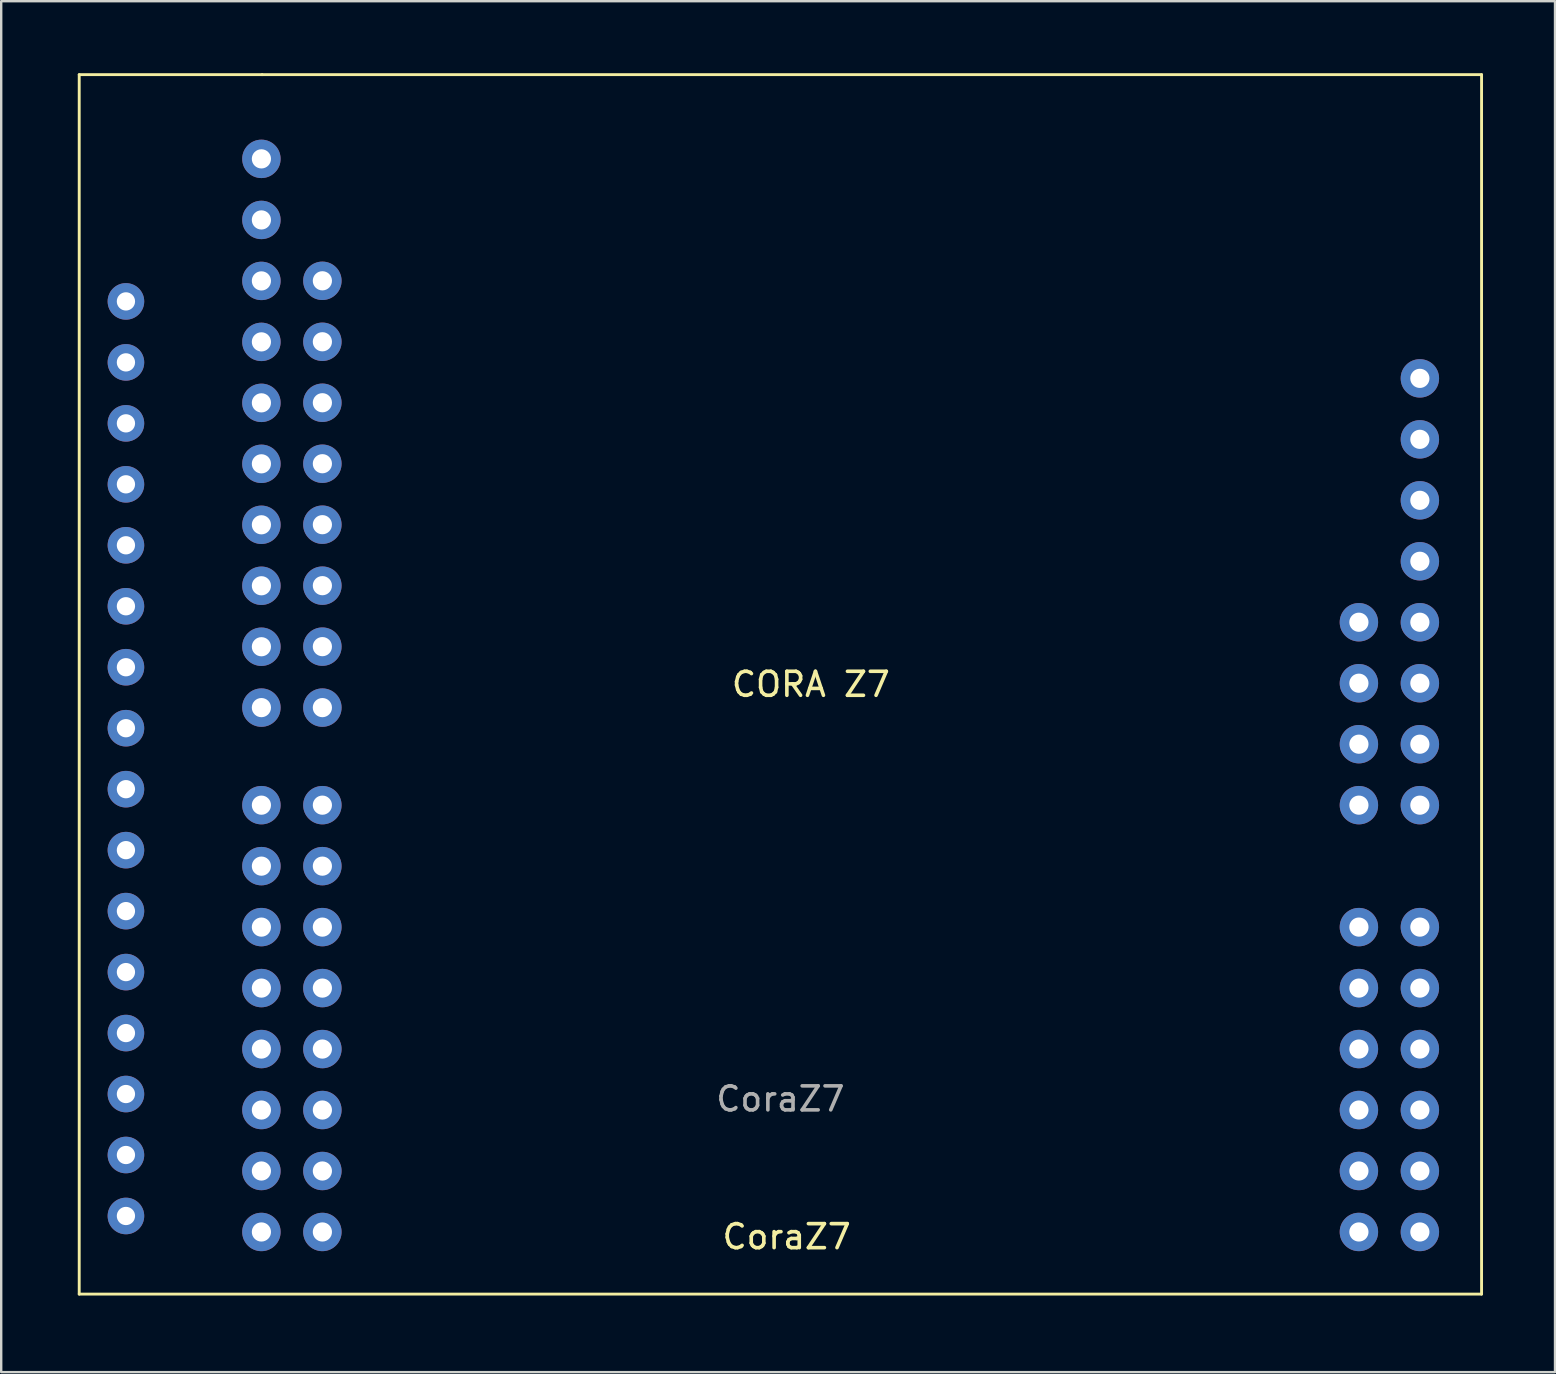
<source format=kicad_pcb>
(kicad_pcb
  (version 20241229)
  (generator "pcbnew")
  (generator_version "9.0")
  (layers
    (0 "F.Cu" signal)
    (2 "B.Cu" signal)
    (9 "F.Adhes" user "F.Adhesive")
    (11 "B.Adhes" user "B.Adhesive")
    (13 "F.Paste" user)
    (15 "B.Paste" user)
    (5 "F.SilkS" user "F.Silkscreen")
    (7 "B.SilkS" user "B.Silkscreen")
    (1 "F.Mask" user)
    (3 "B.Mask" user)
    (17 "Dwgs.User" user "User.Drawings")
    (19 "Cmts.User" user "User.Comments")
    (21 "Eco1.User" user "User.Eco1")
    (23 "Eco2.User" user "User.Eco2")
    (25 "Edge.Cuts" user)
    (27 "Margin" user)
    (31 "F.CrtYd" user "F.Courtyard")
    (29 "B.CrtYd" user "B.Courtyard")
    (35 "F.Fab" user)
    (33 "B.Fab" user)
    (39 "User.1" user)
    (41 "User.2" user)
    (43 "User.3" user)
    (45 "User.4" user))
  (footprint "CoraZ7"
    (layer "F.Cu")
    (at 0.25 50.86)
    (property "Reference" "CoraZ7" (at 29.472 -2.39 180) (layer "F.SilkS") (effects (font (size 1 1) (thickness 0.15))))
    (attr through_hole)
    (fp_line (start 0 -50.8) (end 0 0) (stroke (width 0.12) (type solid)) (layer "F.SilkS"))
    (fp_line (start 7.62 -50.8) (end 0 -50.8) (stroke (width 0.12) (type solid)) (layer "F.SilkS"))
    (fp_line (start 58.42 -50.8) (end 7.62 -50.8) (stroke (width 0.12) (type solid)) (layer "F.SilkS"))
    (fp_line (start 58.42 0) (end 0 0) (stroke (width 0.12) (type solid)) (layer "F.SilkS"))
    (fp_line (start 58.42 0) (end 58.42 -50.8) (stroke (width 0.12) (type solid)) (layer "F.SilkS"))
    (fp_text user "CORA Z7" (at 30.48 -25.4 0) (layer "F.SilkS") (effects (font (size 1 1) (thickness 0.15))))
    (fp_text user "${REFERENCE}" (at 29.212 -8.13 180) (layer "F.Fab") (effects (font (size 1 1) (thickness 0.15))))
    (pad "1" thru_hole oval (at 7.59 -2.588) (size 1.6 1.6) (drill 0.8) (layers "*.Cu" "*.Mask"))
    (pad "2" thru_hole oval (at 7.59 -5.128) (size 1.6 1.6) (drill 0.8) (layers "*.Cu" "*.Mask"))
    (pad "3" thru_hole oval (at 7.59 -7.668) (size 1.6 1.6) (drill 0.8) (layers "*.Cu" "*.Mask"))
    (pad "4" thru_hole oval (at 7.59 -10.208) (size 1.6 1.6) (drill 0.8) (layers "*.Cu" "*.Mask"))
    (pad "5" thru_hole oval (at 7.59 -12.748) (size 1.6 1.6) (drill 0.8) (layers "*.Cu" "*.Mask"))
    (pad "6" thru_hole oval (at 7.59 -15.288) (size 1.6 1.6) (drill 0.8) (layers "*.Cu" "*.Mask"))
    (pad "7" thru_hole oval (at 7.59 -17.828) (size 1.6 1.6) (drill 0.8) (layers "*.Cu" "*.Mask"))
    (pad "8" thru_hole oval (at 7.59 -20.368) (size 1.6 1.6) (drill 0.8) (layers "*.Cu" "*.Mask"))
    (pad "9" thru_hole oval (at 7.59 -24.432) (size 1.6 1.6) (drill 0.8) (layers "*.Cu" "*.Mask"))
    (pad "10" thru_hole oval (at 7.59 -26.968) (size 1.6 1.6) (drill 0.8) (layers "*.Cu" "*.Mask"))
    (pad "11" thru_hole oval (at 7.59 -29.508) (size 1.6 1.6) (drill 0.8) (layers "*.Cu" "*.Mask"))
    (pad "12" thru_hole oval (at 7.59 -32.048) (size 1.6 1.6) (drill 0.8) (layers "*.Cu" "*.Mask"))
    (pad "13" thru_hole oval (at 7.59 -34.588) (size 1.6 1.6) (drill 0.8) (layers "*.Cu" "*.Mask"))
    (pad "14" thru_hole oval (at 7.59 -37.128) (size 1.6 1.6) (drill 0.8) (layers "*.Cu" "*.Mask"))
    (pad "15" thru_hole oval (at 7.59 -39.668) (size 1.6 1.6) (drill 0.8) (layers "*.Cu" "*.Mask"))
    (pad "16" thru_hole oval (at 7.59 -42.208) (size 1.6 1.6) (drill 0.8) (layers "*.Cu" "*.Mask"))
    (pad "17" thru_hole oval (at 7.59 -44.748) (size 1.6 1.6) (drill 0.8) (layers "*.Cu" "*.Mask"))
    (pad "18" thru_hole oval (at 7.59 -47.292) (size 1.6 1.6) (drill 0.8) (layers "*.Cu" "*.Mask"))
    (pad "19" thru_hole oval (at 10.13 -2.588) (size 1.6 1.6) (drill 0.8) (layers "*.Cu" "*.Mask"))
    (pad "20" thru_hole oval (at 10.13 -5.128) (size 1.6 1.6) (drill 0.8) (layers "*.Cu" "*.Mask"))
    (pad "21" thru_hole oval (at 10.13 -7.668) (size 1.6 1.6) (drill 0.8) (layers "*.Cu" "*.Mask"))
    (pad "22" thru_hole oval (at 10.13 -10.208) (size 1.6 1.6) (drill 0.8) (layers "*.Cu" "*.Mask"))
    (pad "23" thru_hole oval (at 10.13 -12.748) (size 1.6 1.6) (drill 0.8) (layers "*.Cu" "*.Mask"))
    (pad "24" thru_hole oval (at 10.13 -15.288) (size 1.6 1.6) (drill 0.8) (layers "*.Cu" "*.Mask"))
    (pad "25" thru_hole oval (at 10.13 -17.828) (size 1.6 1.6) (drill 0.8) (layers "*.Cu" "*.Mask"))
    (pad "26" thru_hole oval (at 10.13 -20.368) (size 1.6 1.6) (drill 0.8) (layers "*.Cu" "*.Mask"))
    (pad "27" thru_hole oval (at 10.13 -24.432) (size 1.6 1.6) (drill 0.8) (layers "*.Cu" "*.Mask"))
    (pad "28" thru_hole oval (at 10.13 -26.972) (size 1.6 1.6) (drill 0.8) (layers "*.Cu" "*.Mask"))
    (pad "29" thru_hole oval (at 10.13 -29.512) (size 1.6 1.6) (drill 0.8) (layers "*.Cu" "*.Mask"))
    (pad "30" thru_hole oval (at 10.13 -32.052) (size 1.6 1.6) (drill 0.8) (layers "*.Cu" "*.Mask"))
    (pad "31" thru_hole oval (at 10.13 -34.592) (size 1.6 1.6) (drill 0.8) (layers "*.Cu" "*.Mask"))
    (pad "32" thru_hole oval (at 10.13 -37.132) (size 1.6 1.6) (drill 0.8) (layers "*.Cu" "*.Mask"))
    (pad "33" thru_hole oval (at 10.13 -39.672) (size 1.6 1.6) (drill 0.8) (layers "*.Cu" "*.Mask"))
    (pad "34" thru_hole oval (at 10.13 -42.212) (size 1.6 1.6) (drill 0.8) (layers "*.Cu" "*.Mask"))
    (pad "35" thru_hole oval (at 53.31 -2.588) (size 1.6 1.6) (drill 0.8) (layers "*.Cu" "*.Mask"))
    (pad "36" thru_hole oval (at 53.31 -5.128) (size 1.6 1.6) (drill 0.8) (layers "*.Cu" "*.Mask"))
    (pad "37" thru_hole oval (at 53.31 -7.668) (size 1.6 1.6) (drill 0.8) (layers "*.Cu" "*.Mask"))
    (pad "38" thru_hole oval (at 53.31 -10.208) (size 1.6 1.6) (drill 0.8) (layers "*.Cu" "*.Mask"))
    (pad "39" thru_hole oval (at 53.31 -12.748) (size 1.6 1.6) (drill 0.8) (layers "*.Cu" "*.Mask"))
    (pad "40" thru_hole oval (at 53.31 -15.288) (size 1.6 1.6) (drill 0.8) (layers "*.Cu" "*.Mask"))
    (pad "41" thru_hole oval (at 53.31 -20.368) (size 1.6 1.6) (drill 0.8) (layers "*.Cu" "*.Mask"))
    (pad "42" thru_hole oval (at 53.31 -22.908) (size 1.6 1.6) (drill 0.8) (layers "*.Cu" "*.Mask"))
    (pad "43" thru_hole oval (at 53.31 -25.448) (size 1.6 1.6) (drill 0.8) (layers "*.Cu" "*.Mask"))
    (pad "44" thru_hole oval (at 53.31 -27.988) (size 1.6 1.6) (drill 0.8) (layers "*.Cu" "*.Mask"))
    (pad "45" thru_hole oval (at 55.85 -2.588) (size 1.6 1.6) (drill 0.8) (layers "*.Cu" "*.Mask"))
    (pad "46" thru_hole oval (at 55.85 -5.128) (size 1.6 1.6) (drill 0.8) (layers "*.Cu" "*.Mask"))
    (pad "47" thru_hole oval (at 55.85 -7.668) (size 1.6 1.6) (drill 0.8) (layers "*.Cu" "*.Mask"))
    (pad "48" thru_hole oval (at 55.85 -10.208) (size 1.6 1.6) (drill 0.8) (layers "*.Cu" "*.Mask"))
    (pad "49" thru_hole oval (at 55.85 -12.748) (size 1.6 1.6) (drill 0.8) (layers "*.Cu" "*.Mask"))
    (pad "50" thru_hole oval (at 55.85 -15.288) (size 1.6 1.6) (drill 0.8) (layers "*.Cu" "*.Mask"))
    (pad "51" thru_hole oval (at 55.85 -20.368) (size 1.6 1.6) (drill 0.8) (layers "*.Cu" "*.Mask"))
    (pad "52" thru_hole oval (at 55.85 -22.908) (size 1.6 1.6) (drill 0.8) (layers "*.Cu" "*.Mask"))
    (pad "53" thru_hole oval (at 55.85 -25.448) (size 1.6 1.6) (drill 0.8) (layers "*.Cu" "*.Mask"))
    (pad "54" thru_hole oval (at 55.85 -27.988) (size 1.6 1.6) (drill 0.8) (layers "*.Cu" "*.Mask"))
    (pad "55" thru_hole oval (at 55.85 -30.528) (size 1.6 1.6) (drill 0.8) (layers "*.Cu" "*.Mask"))
    (pad "56" thru_hole oval (at 55.85 -33.068) (size 1.6 1.6) (drill 0.8) (layers "*.Cu" "*.Mask"))
    (pad "57" thru_hole oval (at 55.85 -35.608) (size 1.6 1.6) (drill 0.8) (layers "*.Cu" "*.Mask"))
    (pad "58" thru_hole oval (at 55.85 -38.148) (size 1.6 1.6) (drill 0.8) (layers "*.Cu" "*.Mask"))
    (pad "59" thru_hole circle (at 1.946 -3.254) (size 1.524 1.524) (drill 0.762) (layers "*.Cu" "*.Mask"))
    (pad "60" thru_hole circle (at 1.946 -5.794) (size 1.524 1.524) (drill 0.762) (layers "*.Cu" "*.Mask"))
    (pad "61" thru_hole circle (at 1.946 -8.334) (size 1.524 1.524) (drill 0.762) (layers "*.Cu" "*.Mask"))
    (pad "62" thru_hole circle (at 1.946 -10.874) (size 1.524 1.524) (drill 0.762) (layers "*.Cu" "*.Mask"))
    (pad "63" thru_hole circle (at 1.946 -13.414) (size 1.524 1.524) (drill 0.762) (layers "*.Cu" "*.Mask"))
    (pad "64" thru_hole circle (at 1.946 -15.954) (size 1.524 1.524) (drill 0.762) (layers "*.Cu" "*.Mask"))
    (pad "65" thru_hole circle (at 1.946 -18.494) (size 1.524 1.524) (drill 0.762) (layers "*.Cu" "*.Mask"))
    (pad "66" thru_hole circle (at 1.946 -21.034) (size 1.524 1.524) (drill 0.762) (layers "*.Cu" "*.Mask"))
    (pad "67" thru_hole circle (at 1.946 -23.574) (size 1.524 1.524) (drill 0.762) (layers "*.Cu" "*.Mask"))
    (pad "68" thru_hole circle (at 1.946 -26.114) (size 1.524 1.524) (drill 0.762) (layers "*.Cu" "*.Mask"))
    (pad "69" thru_hole circle (at 1.946 -28.654) (size 1.524 1.524) (drill 0.762) (layers "*.Cu" "*.Mask"))
    (pad "70" thru_hole circle (at 1.946 -31.194) (size 1.524 1.524) (drill 0.762) (layers "*.Cu" "*.Mask"))
    (pad "71" thru_hole circle (at 1.946 -33.734) (size 1.524 1.524) (drill 0.762) (layers "*.Cu" "*.Mask"))
    (pad "72" thru_hole circle (at 1.946 -36.274) (size 1.524 1.524) (drill 0.762) (layers "*.Cu" "*.Mask"))
    (pad "73" thru_hole circle (at 1.946 -38.814) (size 1.524 1.524) (drill 0.762) (layers "*.Cu" "*.Mask"))
    (pad "74" thru_hole circle (at 1.946 -41.354) (size 1.524 1.524) (drill 0.762) (layers "*.Cu" "*.Mask")))
  (gr_rect
    (start -3 -3)
    (end 61.73 54.11)
    (stroke (width 0.1) (type default))
    (fill no)
    (layer "Edge.Cuts")))
</source>
